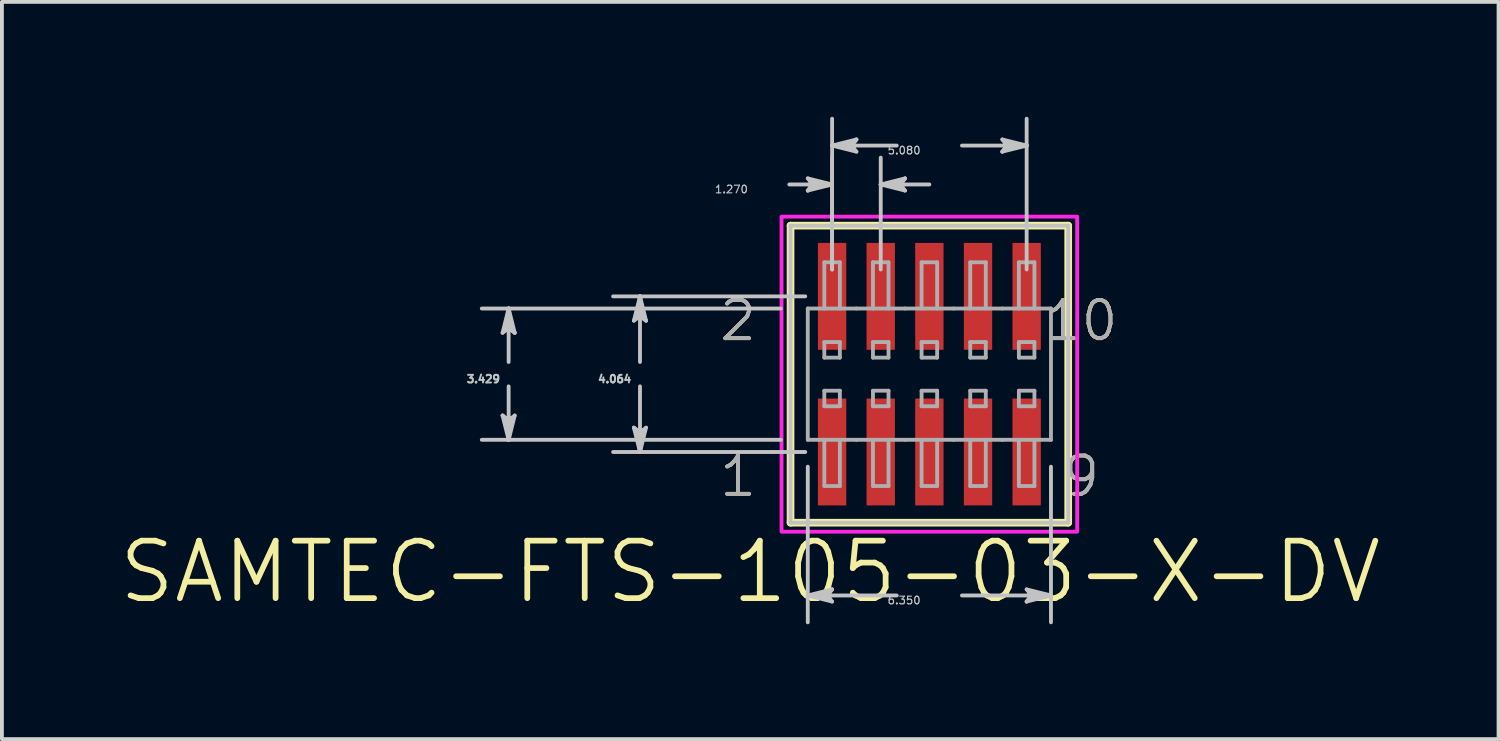
<source format=kicad_pcb>
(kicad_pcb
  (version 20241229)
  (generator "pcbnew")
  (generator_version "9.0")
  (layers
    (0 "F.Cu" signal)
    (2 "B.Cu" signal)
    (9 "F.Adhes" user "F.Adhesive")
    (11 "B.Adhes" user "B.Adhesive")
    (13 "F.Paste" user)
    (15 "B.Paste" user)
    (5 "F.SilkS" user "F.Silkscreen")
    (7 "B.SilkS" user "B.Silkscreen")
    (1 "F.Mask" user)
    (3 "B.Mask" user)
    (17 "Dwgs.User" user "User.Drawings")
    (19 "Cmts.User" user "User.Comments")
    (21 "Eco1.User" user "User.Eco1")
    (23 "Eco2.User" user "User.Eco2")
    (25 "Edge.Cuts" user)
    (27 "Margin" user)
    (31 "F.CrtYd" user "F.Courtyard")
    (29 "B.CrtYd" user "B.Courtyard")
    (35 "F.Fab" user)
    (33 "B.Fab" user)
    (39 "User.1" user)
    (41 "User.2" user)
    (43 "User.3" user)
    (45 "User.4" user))
  (footprint "SAMTEC-FTS-105-03-X-DV"
    (layer "F.Cu")
    (at 21.217 6.72)
    (property "Reference" "SAMTEC-FTS-105-03-X-DV" (at -4.678 5.162 0) (layer "F.SilkS") (effects (font (size 1.5 1.5) (thickness 0.15))))
    (attr smd)
    (fp_poly (pts (xy -2.961 -3.478) (xy -2.119 -3.478) (xy -2.119 -0.586) (xy -2.961 -0.586)) (stroke (width 0.01) (type solid)) (fill yes) (layer "F.Mask"))
    (fp_poly (pts (xy -2.961 0.586) (xy -2.119 0.586) (xy -2.119 3.478) (xy -2.961 3.478)) (stroke (width 0.01) (type solid)) (fill yes) (layer "F.Mask"))
    (fp_poly (pts (xy -1.691 -3.478) (xy -0.849 -3.478) (xy -0.849 -0.586) (xy -1.691 -0.586)) (stroke (width 0.01) (type solid)) (fill yes) (layer "F.Mask"))
    (fp_poly (pts (xy -1.691 0.586) (xy -0.849 0.586) (xy -0.849 3.478) (xy -1.691 3.478)) (stroke (width 0.01) (type solid)) (fill yes) (layer "F.Mask"))
    (fp_poly (pts (xy -0.421 -3.478) (xy 0.421 -3.478) (xy 0.421 -0.586) (xy -0.421 -0.586)) (stroke (width 0.01) (type solid)) (fill yes) (layer "F.Mask"))
    (fp_poly (pts (xy -0.421 0.586) (xy 0.421 0.586) (xy 0.421 3.478) (xy -0.421 3.478)) (stroke (width 0.01) (type solid)) (fill yes) (layer "F.Mask"))
    (fp_poly (pts (xy 0.849 -3.478) (xy 1.691 -3.478) (xy 1.691 -0.586) (xy 0.849 -0.586)) (stroke (width 0.01) (type solid)) (fill yes) (layer "F.Mask"))
    (fp_poly (pts (xy 0.849 0.586) (xy 1.691 0.586) (xy 1.691 3.478) (xy 0.849 3.478)) (stroke (width 0.01) (type solid)) (fill yes) (layer "F.Mask"))
    (fp_poly (pts (xy 2.119 -3.478) (xy 2.961 -3.478) (xy 2.961 -0.586) (xy 2.119 -0.586)) (stroke (width 0.01) (type solid)) (fill yes) (layer "F.Mask"))
    (fp_poly (pts (xy 2.119 0.586) (xy 2.961 0.586) (xy 2.961 3.478) (xy 2.119 3.478)) (stroke (width 0.01) (type solid)) (fill yes) (layer "F.Mask"))
    (fp_line (start -3.625 -3.878) (end -3.625 3.878) (stroke (width 0.2) (type solid)) (layer "F.SilkS"))
    (fp_line (start -3.625 3.878) (end 3.625 3.878) (stroke (width 0.2) (type solid)) (layer "F.SilkS"))
    (fp_line (start 3.625 -3.878) (end -3.625 -3.878) (stroke (width 0.2) (type solid)) (layer "F.SilkS"))
    (fp_line (start 3.625 3.878) (end 3.625 -3.878) (stroke (width 0.2) (type solid)) (layer "F.SilkS"))
    (fp_poly (pts (xy -2.91 -3.427) (xy -2.17 -3.427) (xy -2.17 -0.637) (xy -2.91 -0.637)) (stroke (width 0.01) (type solid)) (fill yes) (layer "F.Paste"))
    (fp_poly (pts (xy -2.91 0.637) (xy -2.17 0.637) (xy -2.17 3.427) (xy -2.91 3.427)) (stroke (width 0.01) (type solid)) (fill yes) (layer "F.Paste"))
    (fp_poly (pts (xy -1.64 -3.427) (xy -0.9 -3.427) (xy -0.9 -0.637) (xy -1.64 -0.637)) (stroke (width 0.01) (type solid)) (fill yes) (layer "F.Paste"))
    (fp_poly (pts (xy -1.64 0.637) (xy -0.9 0.637) (xy -0.9 3.427) (xy -1.64 3.427)) (stroke (width 0.01) (type solid)) (fill yes) (layer "F.Paste"))
    (fp_poly (pts (xy -0.37 -3.427) (xy 0.37 -3.427) (xy 0.37 -0.637) (xy -0.37 -0.637)) (stroke (width 0.01) (type solid)) (fill yes) (layer "F.Paste"))
    (fp_poly (pts (xy -0.37 0.637) (xy 0.37 0.637) (xy 0.37 3.427) (xy -0.37 3.427)) (stroke (width 0.01) (type solid)) (fill yes) (layer "F.Paste"))
    (fp_poly (pts (xy 0.9 -3.427) (xy 1.64 -3.427) (xy 1.64 -0.637) (xy 0.9 -0.637)) (stroke (width 0.01) (type solid)) (fill yes) (layer "F.Paste"))
    (fp_poly (pts (xy 0.9 0.637) (xy 1.64 0.637) (xy 1.64 3.427) (xy 0.9 3.427)) (stroke (width 0.01) (type solid)) (fill yes) (layer "F.Paste"))
    (fp_poly (pts (xy 2.17 -3.427) (xy 2.91 -3.427) (xy 2.91 -0.637) (xy 2.17 -0.637)) (stroke (width 0.01) (type solid)) (fill yes) (layer "F.Paste"))
    (fp_poly (pts (xy 2.17 0.637) (xy 2.91 0.637) (xy 2.91 3.427) (xy 2.17 3.427)) (stroke (width 0.01) (type solid)) (fill yes) (layer "F.Paste"))
    (fp_line (start -11.144 -1.08) (end -10.986 -1.206) (stroke (width 0.1) (type solid)) (layer "Dwgs.User"))
    (fp_line (start -11.144 1.08) (end -10.986 1.714) (stroke (width 0.1) (type solid)) (layer "Dwgs.User"))
    (fp_line (start -11.065 -1.143) (end -10.986 -1.206) (stroke (width 0.1) (type solid)) (layer "Dwgs.User"))
    (fp_line (start -11.065 1.143) (end -11.144 1.08) (stroke (width 0.1) (type solid)) (layer "Dwgs.User"))
    (fp_line (start -10.986 -1.714) (end -11.144 -1.08) (stroke (width 0.1) (type solid)) (layer "Dwgs.User"))
    (fp_line (start -10.986 -1.714) (end -11.065 -1.143) (stroke (width 0.1) (type solid)) (layer "Dwgs.User"))
    (fp_line (start -10.986 -1.714) (end -10.906 -1.143) (stroke (width 0.1) (type solid)) (layer "Dwgs.User"))
    (fp_line (start -10.986 -1.206) (end -10.986 -1.714) (stroke (width 0.1) (type solid)) (layer "Dwgs.User"))
    (fp_line (start -10.986 -1.206) (end -10.827 -1.08) (stroke (width 0.1) (type solid)) (layer "Dwgs.User"))
    (fp_line (start -10.986 -0.318) (end -10.986 -1.714) (stroke (width 0.1) (type solid)) (layer "Dwgs.User"))
    (fp_line (start -10.986 0.318) (end -10.986 1.714) (stroke (width 0.1) (type solid)) (layer "Dwgs.User"))
    (fp_line (start -10.986 1.206) (end -11.144 1.08) (stroke (width 0.1) (type solid)) (layer "Dwgs.User"))
    (fp_line (start -10.986 1.206) (end -10.986 1.714) (stroke (width 0.1) (type solid)) (layer "Dwgs.User"))
    (fp_line (start -10.986 1.714) (end -11.065 1.143) (stroke (width 0.1) (type solid)) (layer "Dwgs.User"))
    (fp_line (start -10.986 1.714) (end -10.906 1.143) (stroke (width 0.1) (type solid)) (layer "Dwgs.User"))
    (fp_line (start -10.986 1.714) (end -10.827 1.08) (stroke (width 0.1) (type solid)) (layer "Dwgs.User"))
    (fp_line (start -10.906 -1.143) (end -10.827 -1.08) (stroke (width 0.1) (type solid)) (layer "Dwgs.User"))
    (fp_line (start -10.906 1.143) (end -10.986 1.206) (stroke (width 0.1) (type solid)) (layer "Dwgs.User"))
    (fp_line (start -10.827 -1.08) (end -10.986 -1.714) (stroke (width 0.1) (type solid)) (layer "Dwgs.User"))
    (fp_line (start -10.827 1.08) (end -10.986 1.206) (stroke (width 0.1) (type solid)) (layer "Dwgs.User"))
    (fp_line (start -7.715 -1.397) (end -7.556 -1.524) (stroke (width 0.1) (type solid)) (layer "Dwgs.User"))
    (fp_line (start -7.715 1.397) (end -7.556 2.032) (stroke (width 0.1) (type solid)) (layer "Dwgs.User"))
    (fp_line (start -7.636 -1.46) (end -7.556 -1.524) (stroke (width 0.1) (type solid)) (layer "Dwgs.User"))
    (fp_line (start -7.636 1.46) (end -7.715 1.397) (stroke (width 0.1) (type solid)) (layer "Dwgs.User"))
    (fp_line (start -7.556 -2.032) (end -7.715 -1.397) (stroke (width 0.1) (type solid)) (layer "Dwgs.User"))
    (fp_line (start -7.556 -2.032) (end -7.636 -1.46) (stroke (width 0.1) (type solid)) (layer "Dwgs.User"))
    (fp_line (start -7.556 -2.032) (end -7.477 -1.46) (stroke (width 0.1) (type solid)) (layer "Dwgs.User"))
    (fp_line (start -7.556 -1.524) (end -7.556 -2.032) (stroke (width 0.1) (type solid)) (layer "Dwgs.User"))
    (fp_line (start -7.556 -1.524) (end -7.398 -1.397) (stroke (width 0.1) (type solid)) (layer "Dwgs.User"))
    (fp_line (start -7.556 -0.318) (end -7.556 -2.032) (stroke (width 0.1) (type solid)) (layer "Dwgs.User"))
    (fp_line (start -7.556 0.318) (end -7.556 2.032) (stroke (width 0.1) (type solid)) (layer "Dwgs.User"))
    (fp_line (start -7.556 1.524) (end -7.715 1.397) (stroke (width 0.1) (type solid)) (layer "Dwgs.User"))
    (fp_line (start -7.556 1.524) (end -7.556 2.032) (stroke (width 0.1) (type solid)) (layer "Dwgs.User"))
    (fp_line (start -7.556 2.032) (end -7.636 1.46) (stroke (width 0.1) (type solid)) (layer "Dwgs.User"))
    (fp_line (start -7.556 2.032) (end -7.477 1.46) (stroke (width 0.1) (type solid)) (layer "Dwgs.User"))
    (fp_line (start -7.556 2.032) (end -7.398 1.397) (stroke (width 0.1) (type solid)) (layer "Dwgs.User"))
    (fp_line (start -7.477 -1.46) (end -7.398 -1.397) (stroke (width 0.1) (type solid)) (layer "Dwgs.User"))
    (fp_line (start -7.477 1.46) (end -7.556 1.524) (stroke (width 0.1) (type solid)) (layer "Dwgs.User"))
    (fp_line (start -7.398 -1.397) (end -7.556 -2.032) (stroke (width 0.1) (type solid)) (layer "Dwgs.User"))
    (fp_line (start -7.398 1.397) (end -7.556 1.524) (stroke (width 0.1) (type solid)) (layer "Dwgs.User"))
    (fp_line (start -3.876 -1.714) (end -11.687 -1.714) (stroke (width 0.1) (type solid)) (layer "Dwgs.User"))
    (fp_line (start -3.876 1.714) (end -11.687 1.714) (stroke (width 0.1) (type solid)) (layer "Dwgs.User"))
    (fp_line (start -3.658 -4.953) (end -2.54 -4.953) (stroke (width 0.1) (type solid)) (layer "Dwgs.User"))
    (fp_line (start -3.625 -3.878) (end -3.625 3.878) (stroke (width 0.1) (type solid)) (layer "Dwgs.User"))
    (fp_line (start -3.625 3.878) (end 3.625 3.878) (stroke (width 0.1) (type solid)) (layer "Dwgs.User"))
    (fp_line (start -3.241 -2.032) (end -8.258 -2.032) (stroke (width 0.1) (type solid)) (layer "Dwgs.User"))
    (fp_line (start -3.241 2.032) (end -8.258 2.032) (stroke (width 0.1) (type solid)) (layer "Dwgs.User"))
    (fp_line (start -3.175 -5.112) (end -3.048 -4.953) (stroke (width 0.1) (type solid)) (layer "Dwgs.User"))
    (fp_line (start -3.175 -4.794) (end -2.54 -4.953) (stroke (width 0.1) (type solid)) (layer "Dwgs.User"))
    (fp_line (start -3.175 2.416) (end -3.175 6.48) (stroke (width 0.1) (type solid)) (layer "Dwgs.User"))
    (fp_line (start -3.175 5.778) (end -2.604 5.699) (stroke (width 0.1) (type solid)) (layer "Dwgs.User"))
    (fp_line (start -3.175 5.778) (end -2.604 5.858) (stroke (width 0.1) (type solid)) (layer "Dwgs.User"))
    (fp_line (start -3.175 5.778) (end -2.54 5.937) (stroke (width 0.1) (type solid)) (layer "Dwgs.User"))
    (fp_line (start -3.112 -5.032) (end -3.048 -4.953) (stroke (width 0.1) (type solid)) (layer "Dwgs.User"))
    (fp_line (start -3.112 -4.874) (end -3.175 -4.794) (stroke (width 0.1) (type solid)) (layer "Dwgs.User"))
    (fp_line (start -3.048 -4.953) (end -3.175 -4.794) (stroke (width 0.1) (type solid)) (layer "Dwgs.User"))
    (fp_line (start -3.048 -4.953) (end -2.54 -4.953) (stroke (width 0.1) (type solid)) (layer "Dwgs.User"))
    (fp_line (start -2.667 5.778) (end -3.175 5.778) (stroke (width 0.1) (type solid)) (layer "Dwgs.User"))
    (fp_line (start -2.667 5.778) (end -2.54 5.62) (stroke (width 0.1) (type solid)) (layer "Dwgs.User"))
    (fp_line (start -2.604 5.699) (end -2.54 5.62) (stroke (width 0.1) (type solid)) (layer "Dwgs.User"))
    (fp_line (start -2.604 5.858) (end -2.667 5.778) (stroke (width 0.1) (type solid)) (layer "Dwgs.User"))
    (fp_line (start -2.54 -5.969) (end -1.968 -6.048) (stroke (width 0.1) (type solid)) (layer "Dwgs.User"))
    (fp_line (start -2.54 -5.969) (end -1.968 -5.89) (stroke (width 0.1) (type solid)) (layer "Dwgs.User"))
    (fp_line (start -2.54 -5.969) (end -1.905 -5.81) (stroke (width 0.1) (type solid)) (layer "Dwgs.User"))
    (fp_line (start -2.54 -4.953) (end -3.175 -5.112) (stroke (width 0.1) (type solid)) (layer "Dwgs.User"))
    (fp_line (start -2.54 -4.953) (end -3.112 -5.032) (stroke (width 0.1) (type solid)) (layer "Dwgs.User"))
    (fp_line (start -2.54 -4.953) (end -3.112 -4.874) (stroke (width 0.1) (type solid)) (layer "Dwgs.User"))
    (fp_line (start -2.54 -2.733) (end -2.54 -6.67) (stroke (width 0.1) (type solid)) (layer "Dwgs.User"))
    (fp_line (start -2.54 -2.733) (end -2.54 -5.654) (stroke (width 0.1) (type solid)) (layer "Dwgs.User"))
    (fp_line (start -2.54 5.62) (end -3.175 5.778) (stroke (width 0.1) (type solid)) (layer "Dwgs.User"))
    (fp_line (start -2.54 5.937) (end -2.667 5.778) (stroke (width 0.1) (type solid)) (layer "Dwgs.User"))
    (fp_line (start -2.032 -5.969) (end -2.54 -5.969) (stroke (width 0.1) (type solid)) (layer "Dwgs.User"))
    (fp_line (start -2.032 -5.969) (end -1.905 -6.128) (stroke (width 0.1) (type solid)) (layer "Dwgs.User"))
    (fp_line (start -1.968 -6.048) (end -1.905 -6.128) (stroke (width 0.1) (type solid)) (layer "Dwgs.User"))
    (fp_line (start -1.968 -5.89) (end -2.032 -5.969) (stroke (width 0.1) (type solid)) (layer "Dwgs.User"))
    (fp_line (start -1.905 -6.128) (end -2.54 -5.969) (stroke (width 0.1) (type solid)) (layer "Dwgs.User"))
    (fp_line (start -1.905 -5.81) (end -2.032 -5.969) (stroke (width 0.1) (type solid)) (layer "Dwgs.User"))
    (fp_line (start -1.27 -4.953) (end -0.698 -5.032) (stroke (width 0.1) (type solid)) (layer "Dwgs.User"))
    (fp_line (start -1.27 -4.953) (end -0.698 -4.874) (stroke (width 0.1) (type solid)) (layer "Dwgs.User"))
    (fp_line (start -1.27 -4.953) (end -0.635 -4.794) (stroke (width 0.1) (type solid)) (layer "Dwgs.User"))
    (fp_line (start -1.27 -2.733) (end -1.27 -5.654) (stroke (width 0.1) (type solid)) (layer "Dwgs.User"))
    (fp_line (start -0.851 -5.969) (end -2.54 -5.969) (stroke (width 0.1) (type solid)) (layer "Dwgs.User"))
    (fp_line (start -0.851 5.778) (end -3.175 5.778) (stroke (width 0.1) (type solid)) (layer "Dwgs.User"))
    (fp_line (start -0.762 -4.953) (end -1.27 -4.953) (stroke (width 0.1) (type solid)) (layer "Dwgs.User"))
    (fp_line (start -0.762 -4.953) (end -0.635 -5.112) (stroke (width 0.1) (type solid)) (layer "Dwgs.User"))
    (fp_line (start -0.698 -5.032) (end -0.635 -5.112) (stroke (width 0.1) (type solid)) (layer "Dwgs.User"))
    (fp_line (start -0.698 -4.874) (end -0.762 -4.953) (stroke (width 0.1) (type solid)) (layer "Dwgs.User"))
    (fp_line (start -0.635 -5.112) (end -1.27 -4.953) (stroke (width 0.1) (type solid)) (layer "Dwgs.User"))
    (fp_line (start -0.635 -4.794) (end -0.762 -4.953) (stroke (width 0.1) (type solid)) (layer "Dwgs.User"))
    (fp_line (start 0 -4.953) (end -1.27 -4.953) (stroke (width 0.1) (type solid)) (layer "Dwgs.User"))
    (fp_line (start 0.851 -5.969) (end 2.54 -5.969) (stroke (width 0.1) (type solid)) (layer "Dwgs.User"))
    (fp_line (start 0.851 5.778) (end 3.175 5.778) (stroke (width 0.1) (type solid)) (layer "Dwgs.User"))
    (fp_line (start 1.905 -6.128) (end 2.032 -5.969) (stroke (width 0.1) (type solid)) (layer "Dwgs.User"))
    (fp_line (start 1.905 -5.81) (end 2.54 -5.969) (stroke (width 0.1) (type solid)) (layer "Dwgs.User"))
    (fp_line (start 1.968 -6.048) (end 2.032 -5.969) (stroke (width 0.1) (type solid)) (layer "Dwgs.User"))
    (fp_line (start 1.968 -5.89) (end 1.905 -5.81) (stroke (width 0.1) (type solid)) (layer "Dwgs.User"))
    (fp_line (start 2.032 -5.969) (end 1.905 -5.81) (stroke (width 0.1) (type solid)) (layer "Dwgs.User"))
    (fp_line (start 2.032 -5.969) (end 2.54 -5.969) (stroke (width 0.1) (type solid)) (layer "Dwgs.User"))
    (fp_line (start 2.54 -5.969) (end 1.905 -6.128) (stroke (width 0.1) (type solid)) (layer "Dwgs.User"))
    (fp_line (start 2.54 -5.969) (end 1.968 -6.048) (stroke (width 0.1) (type solid)) (layer "Dwgs.User"))
    (fp_line (start 2.54 -5.969) (end 1.968 -5.89) (stroke (width 0.1) (type solid)) (layer "Dwgs.User"))
    (fp_line (start 2.54 -2.733) (end 2.54 -6.67) (stroke (width 0.1) (type solid)) (layer "Dwgs.User"))
    (fp_line (start 2.54 5.62) (end 2.667 5.778) (stroke (width 0.1) (type solid)) (layer "Dwgs.User"))
    (fp_line (start 2.54 5.937) (end 3.175 5.778) (stroke (width 0.1) (type solid)) (layer "Dwgs.User"))
    (fp_line (start 2.604 5.699) (end 2.667 5.778) (stroke (width 0.1) (type solid)) (layer "Dwgs.User"))
    (fp_line (start 2.604 5.858) (end 2.54 5.937) (stroke (width 0.1) (type solid)) (layer "Dwgs.User"))
    (fp_line (start 2.667 5.778) (end 2.54 5.937) (stroke (width 0.1) (type solid)) (layer "Dwgs.User"))
    (fp_line (start 2.667 5.778) (end 3.175 5.778) (stroke (width 0.1) (type solid)) (layer "Dwgs.User"))
    (fp_line (start 3.175 2.416) (end 3.175 6.48) (stroke (width 0.1) (type solid)) (layer "Dwgs.User"))
    (fp_line (start 3.175 5.778) (end 2.54 5.62) (stroke (width 0.1) (type solid)) (layer "Dwgs.User"))
    (fp_line (start 3.175 5.778) (end 2.604 5.699) (stroke (width 0.1) (type solid)) (layer "Dwgs.User"))
    (fp_line (start 3.175 5.778) (end 2.604 5.858) (stroke (width 0.1) (type solid)) (layer "Dwgs.User"))
    (fp_line (start 3.625 -3.878) (end -3.625 -3.878) (stroke (width 0.1) (type solid)) (layer "Dwgs.User"))
    (fp_line (start 3.625 3.878) (end 3.625 -3.878) (stroke (width 0.1) (type solid)) (layer "Dwgs.User"))
    (fp_poly (pts (xy -3.86 4.113) (xy -3.86 -4.113) (xy 3.86 -4.113) (xy 3.86 4.113) (xy -3.86 4.113)) (stroke (width 0.1) (type solid)) (fill no) (layer "F.CrtYd"))
    (fp_line (start -3.175 -1.714) (end -1.905 -1.714) (stroke (width 0.1) (type solid)) (layer "F.Fab"))
    (fp_line (start -3.175 1.714) (end -3.175 -1.714) (stroke (width 0.1) (type solid)) (layer "F.Fab"))
    (fp_line (start -2.743 -2.921) (end -2.337 -2.921) (stroke (width 0.1) (type solid)) (layer "F.Fab"))
    (fp_line (start -2.743 -1.714) (end -2.743 -2.921) (stroke (width 0.1) (type solid)) (layer "F.Fab"))
    (fp_line (start -2.743 -0.838) (end -2.337 -0.838) (stroke (width 0.1) (type solid)) (layer "F.Fab"))
    (fp_line (start -2.743 -0.432) (end -2.743 -0.838) (stroke (width 0.1) (type solid)) (layer "F.Fab"))
    (fp_line (start -2.743 0.432) (end -2.337 0.432) (stroke (width 0.1) (type solid)) (layer "F.Fab"))
    (fp_line (start -2.743 0.838) (end -2.743 0.432) (stroke (width 0.1) (type solid)) (layer "F.Fab"))
    (fp_line (start -2.743 1.714) (end -2.743 2.921) (stroke (width 0.1) (type solid)) (layer "F.Fab"))
    (fp_line (start -2.743 2.921) (end -2.337 2.921) (stroke (width 0.1) (type solid)) (layer "F.Fab"))
    (fp_line (start -2.337 -2.921) (end -2.337 -1.714) (stroke (width 0.1) (type solid)) (layer "F.Fab"))
    (fp_line (start -2.337 -0.838) (end -2.337 -0.432) (stroke (width 0.1) (type solid)) (layer "F.Fab"))
    (fp_line (start -2.337 -0.432) (end -2.743 -0.432) (stroke (width 0.1) (type solid)) (layer "F.Fab"))
    (fp_line (start -2.337 0.432) (end -2.337 0.838) (stroke (width 0.1) (type solid)) (layer "F.Fab"))
    (fp_line (start -2.337 0.838) (end -2.743 0.838) (stroke (width 0.1) (type solid)) (layer "F.Fab"))
    (fp_line (start -2.337 2.921) (end -2.337 1.714) (stroke (width 0.1) (type solid)) (layer "F.Fab"))
    (fp_line (start -1.905 -1.714) (end -0.635 -1.714) (stroke (width 0.1) (type solid)) (layer "F.Fab"))
    (fp_line (start -1.905 1.714) (end -3.175 1.714) (stroke (width 0.1) (type solid)) (layer "F.Fab"))
    (fp_line (start -1.905 1.714) (end -0.635 1.714) (stroke (width 0.1) (type solid)) (layer "F.Fab"))
    (fp_line (start -1.473 -2.921) (end -1.067 -2.921) (stroke (width 0.1) (type solid)) (layer "F.Fab"))
    (fp_line (start -1.473 -1.714) (end -1.473 -2.921) (stroke (width 0.1) (type solid)) (layer "F.Fab"))
    (fp_line (start -1.473 -0.838) (end -1.067 -0.838) (stroke (width 0.1) (type solid)) (layer "F.Fab"))
    (fp_line (start -1.473 -0.432) (end -1.473 -0.838) (stroke (width 0.1) (type solid)) (layer "F.Fab"))
    (fp_line (start -1.473 0.432) (end -1.067 0.432) (stroke (width 0.1) (type solid)) (layer "F.Fab"))
    (fp_line (start -1.473 0.838) (end -1.473 0.432) (stroke (width 0.1) (type solid)) (layer "F.Fab"))
    (fp_line (start -1.473 1.714) (end -1.473 2.921) (stroke (width 0.1) (type solid)) (layer "F.Fab"))
    (fp_line (start -1.473 2.921) (end -1.067 2.921) (stroke (width 0.1) (type solid)) (layer "F.Fab"))
    (fp_line (start -1.067 -2.921) (end -1.067 -1.714) (stroke (width 0.1) (type solid)) (layer "F.Fab"))
    (fp_line (start -1.067 -0.838) (end -1.067 -0.432) (stroke (width 0.1) (type solid)) (layer "F.Fab"))
    (fp_line (start -1.067 -0.432) (end -1.473 -0.432) (stroke (width 0.1) (type solid)) (layer "F.Fab"))
    (fp_line (start -1.067 0.432) (end -1.067 0.838) (stroke (width 0.1) (type solid)) (layer "F.Fab"))
    (fp_line (start -1.067 0.838) (end -1.473 0.838) (stroke (width 0.1) (type solid)) (layer "F.Fab"))
    (fp_line (start -1.067 2.921) (end -1.067 1.714) (stroke (width 0.1) (type solid)) (layer "F.Fab"))
    (fp_line (start -0.635 -1.714) (end 0.635 -1.714) (stroke (width 0.1) (type solid)) (layer "F.Fab"))
    (fp_line (start -0.635 1.714) (end 0.635 1.714) (stroke (width 0.1) (type solid)) (layer "F.Fab"))
    (fp_line (start -0.203 -2.921) (end 0.203 -2.921) (stroke (width 0.1) (type solid)) (layer "F.Fab"))
    (fp_line (start -0.203 -1.714) (end -0.203 -2.921) (stroke (width 0.1) (type solid)) (layer "F.Fab"))
    (fp_line (start -0.203 -0.838) (end 0.203 -0.838) (stroke (width 0.1) (type solid)) (layer "F.Fab"))
    (fp_line (start -0.203 -0.432) (end -0.203 -0.838) (stroke (width 0.1) (type solid)) (layer "F.Fab"))
    (fp_line (start -0.203 0.432) (end 0.203 0.432) (stroke (width 0.1) (type solid)) (layer "F.Fab"))
    (fp_line (start -0.203 0.838) (end -0.203 0.432) (stroke (width 0.1) (type solid)) (layer "F.Fab"))
    (fp_line (start -0.203 1.714) (end -0.203 2.921) (stroke (width 0.1) (type solid)) (layer "F.Fab"))
    (fp_line (start -0.203 2.921) (end 0.203 2.921) (stroke (width 0.1) (type solid)) (layer "F.Fab"))
    (fp_line (start 0.203 -2.921) (end 0.203 -1.714) (stroke (width 0.1) (type solid)) (layer "F.Fab"))
    (fp_line (start 0.203 -0.838) (end 0.203 -0.432) (stroke (width 0.1) (type solid)) (layer "F.Fab"))
    (fp_line (start 0.203 -0.432) (end -0.203 -0.432) (stroke (width 0.1) (type solid)) (layer "F.Fab"))
    (fp_line (start 0.203 0.432) (end 0.203 0.838) (stroke (width 0.1) (type solid)) (layer "F.Fab"))
    (fp_line (start 0.203 0.838) (end -0.203 0.838) (stroke (width 0.1) (type solid)) (layer "F.Fab"))
    (fp_line (start 0.203 2.921) (end 0.203 1.714) (stroke (width 0.1) (type solid)) (layer "F.Fab"))
    (fp_line (start 0.635 -1.714) (end 1.905 -1.714) (stroke (width 0.1) (type solid)) (layer "F.Fab"))
    (fp_line (start 0.635 1.714) (end 1.905 1.714) (stroke (width 0.1) (type solid)) (layer "F.Fab"))
    (fp_line (start 1.067 -2.921) (end 1.473 -2.921) (stroke (width 0.1) (type solid)) (layer "F.Fab"))
    (fp_line (start 1.067 -1.714) (end 1.067 -2.921) (stroke (width 0.1) (type solid)) (layer "F.Fab"))
    (fp_line (start 1.067 -0.838) (end 1.473 -0.838) (stroke (width 0.1) (type solid)) (layer "F.Fab"))
    (fp_line (start 1.067 -0.432) (end 1.067 -0.838) (stroke (width 0.1) (type solid)) (layer "F.Fab"))
    (fp_line (start 1.067 0.432) (end 1.473 0.432) (stroke (width 0.1) (type solid)) (layer "F.Fab"))
    (fp_line (start 1.067 0.838) (end 1.067 0.432) (stroke (width 0.1) (type solid)) (layer "F.Fab"))
    (fp_line (start 1.067 1.714) (end 1.067 2.921) (stroke (width 0.1) (type solid)) (layer "F.Fab"))
    (fp_line (start 1.067 2.921) (end 1.473 2.921) (stroke (width 0.1) (type solid)) (layer "F.Fab"))
    (fp_line (start 1.473 -2.921) (end 1.473 -1.714) (stroke (width 0.1) (type solid)) (layer "F.Fab"))
    (fp_line (start 1.473 -0.838) (end 1.473 -0.432) (stroke (width 0.1) (type solid)) (layer "F.Fab"))
    (fp_line (start 1.473 -0.432) (end 1.067 -0.432) (stroke (width 0.1) (type solid)) (layer "F.Fab"))
    (fp_line (start 1.473 0.432) (end 1.473 0.838) (stroke (width 0.1) (type solid)) (layer "F.Fab"))
    (fp_line (start 1.473 0.838) (end 1.067 0.838) (stroke (width 0.1) (type solid)) (layer "F.Fab"))
    (fp_line (start 1.473 2.921) (end 1.473 1.714) (stroke (width 0.1) (type solid)) (layer "F.Fab"))
    (fp_line (start 1.905 1.714) (end 3.175 1.714) (stroke (width 0.1) (type solid)) (layer "F.Fab"))
    (fp_line (start 2.337 -2.921) (end 2.337 -1.714) (stroke (width 0.1) (type solid)) (layer "F.Fab"))
    (fp_line (start 2.337 -0.838) (end 2.337 -0.432) (stroke (width 0.1) (type solid)) (layer "F.Fab"))
    (fp_line (start 2.337 -0.432) (end 2.743 -0.432) (stroke (width 0.1) (type solid)) (layer "F.Fab"))
    (fp_line (start 2.337 0.432) (end 2.337 0.838) (stroke (width 0.1) (type solid)) (layer "F.Fab"))
    (fp_line (start 2.337 0.838) (end 2.743 0.838) (stroke (width 0.1) (type solid)) (layer "F.Fab"))
    (fp_line (start 2.337 2.921) (end 2.337 1.714) (stroke (width 0.1) (type solid)) (layer "F.Fab"))
    (fp_line (start 2.743 -2.921) (end 2.337 -2.921) (stroke (width 0.1) (type solid)) (layer "F.Fab"))
    (fp_line (start 2.743 -1.714) (end 2.743 -2.921) (stroke (width 0.1) (type solid)) (layer "F.Fab"))
    (fp_line (start 2.743 -0.838) (end 2.337 -0.838) (stroke (width 0.1) (type solid)) (layer "F.Fab"))
    (fp_line (start 2.743 -0.432) (end 2.743 -0.838) (stroke (width 0.1) (type solid)) (layer "F.Fab"))
    (fp_line (start 2.743 0.432) (end 2.337 0.432) (stroke (width 0.1) (type solid)) (layer "F.Fab"))
    (fp_line (start 2.743 0.838) (end 2.743 0.432) (stroke (width 0.1) (type solid)) (layer "F.Fab"))
    (fp_line (start 2.743 1.714) (end 2.743 2.921) (stroke (width 0.1) (type solid)) (layer "F.Fab"))
    (fp_line (start 2.743 2.921) (end 2.337 2.921) (stroke (width 0.1) (type solid)) (layer "F.Fab"))
    (fp_line (start 3.175 -1.714) (end 1.905 -1.714) (stroke (width 0.1) (type solid)) (layer "F.Fab"))
    (fp_line (start 3.175 1.714) (end 3.175 -1.714) (stroke (width 0.1) (type solid)) (layer "F.Fab"))
    (fp_text user "1" (at -4.995 2.667 0) (layer "F.SilkS") (effects (font (size 1 1) (thickness 0.1))))
    (fp_text user "2" (at -4.995 -1.397 0) (layer "F.SilkS") (effects (font (size 1 1) (thickness 0.1))))
    (fp_text user "10" (at 3.966 -1.397 0) (layer "F.SilkS") (effects (font (size 1 1) (thickness 0.1))))
    (fp_text user "9" (at 3.966 2.667 0) (layer "F.SilkS") (effects (font (size 1 1) (thickness 0.1))))
    (fp_text user "4.064" (at -8.217 0.127 0) (layer "Dwgs.User") (effects (font (size 0.2 0.2) (thickness 0.05))))
    (fp_text user "5.080" (at -0.66 -5.842 0) (layer "Dwgs.User") (effects (font (size 0.2 0.2) (thickness 0.03))))
    (fp_text user "1.270" (at -5.169 -4.826 0) (layer "Dwgs.User") (effects (font (size 0.2 0.2) (thickness 0.03))))
    (fp_text user "6.350" (at -0.66 5.906 0) (layer "Dwgs.User") (effects (font (size 0.2 0.2) (thickness 0.03))))
    (fp_text user "3.429" (at -11.646 0.127 0) (layer "Dwgs.User") (effects (font (size 0.2 0.2) (thickness 0.05))))
    (fp_text user "10" (at 3.966 -1.397 0) (layer "F.Fab") (effects (font (size 1 1) (thickness 0.1))))
    (fp_text user "2" (at -4.995 -1.397 0) (layer "F.Fab") (effects (font (size 1 1) (thickness 0.1))))
    (fp_text user "9" (at 3.966 2.667 0) (layer "F.Fab") (effects (font (size 1 1) (thickness 0.1))))
    (fp_text user "1" (at -4.995 2.667 0) (layer "F.Fab") (effects (font (size 1 1) (thickness 0.1))))
    (pad "1" smd rect (at -2.54 2.032) (size 0.74 2.79) (layers "F.Cu" "F.Paste"))
    (pad "2" smd rect (at -2.54 -2.032) (size 0.74 2.79) (layers "F.Cu" "F.Paste"))
    (pad "3" smd rect (at -1.27 2.032) (size 0.74 2.79) (layers "F.Cu" "F.Paste"))
    (pad "4" smd rect (at -1.27 -2.032) (size 0.74 2.79) (layers "F.Cu" "F.Paste"))
    (pad "5" smd rect (at 0 2.032) (size 0.74 2.79) (layers "F.Cu" "F.Paste"))
    (pad "6" smd rect (at 0 -2.032) (size 0.74 2.79) (layers "F.Cu" "F.Paste"))
    (pad "7" smd rect (at 1.27 2.032) (size 0.74 2.79) (layers "F.Cu" "F.Paste"))
    (pad "8" smd rect (at 1.27 -2.032) (size 0.74 2.79) (layers "F.Cu" "F.Paste"))
    (pad "9" smd rect (at 2.54 2.032) (size 0.74 2.79) (layers "F.Cu" "F.Paste"))
    (pad "10" smd rect (at 2.54 -2.032) (size 0.74 2.79) (layers "F.Cu" "F.Paste")))
  (gr_rect
    (start -3 -3)
    (end 36.079 16.25)
    (stroke (width 0.1) (type default))
    (fill no)
    (layer "Edge.Cuts")))
</source>
